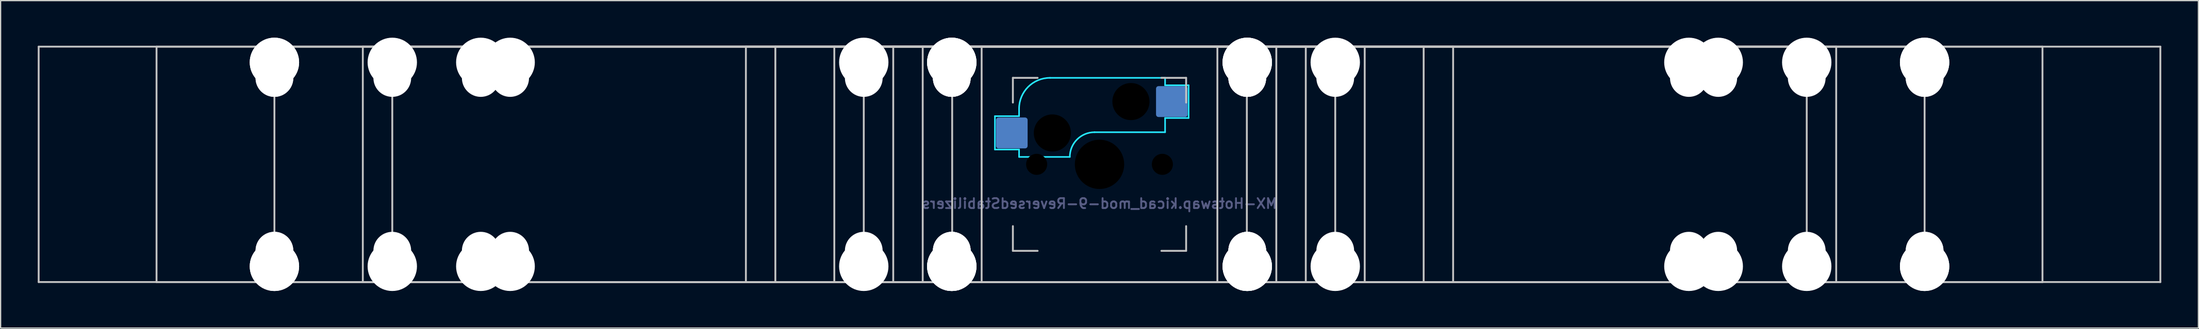
<source format=kicad_pcb>
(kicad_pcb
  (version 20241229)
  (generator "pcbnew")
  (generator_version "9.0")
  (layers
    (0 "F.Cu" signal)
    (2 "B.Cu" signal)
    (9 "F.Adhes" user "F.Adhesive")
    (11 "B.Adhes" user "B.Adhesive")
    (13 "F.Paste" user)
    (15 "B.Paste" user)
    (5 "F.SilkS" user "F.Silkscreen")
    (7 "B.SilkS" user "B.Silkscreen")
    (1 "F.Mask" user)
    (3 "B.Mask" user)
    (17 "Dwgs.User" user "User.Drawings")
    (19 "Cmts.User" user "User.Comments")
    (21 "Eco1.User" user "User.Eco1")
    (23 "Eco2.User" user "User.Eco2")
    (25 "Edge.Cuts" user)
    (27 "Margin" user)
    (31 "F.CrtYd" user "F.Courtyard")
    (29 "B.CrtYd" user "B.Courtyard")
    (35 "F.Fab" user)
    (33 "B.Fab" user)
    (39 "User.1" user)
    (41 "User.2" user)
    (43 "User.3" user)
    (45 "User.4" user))
  (footprint "MX-Hotswap.kicad_mod-9-ReversedStabilizers"
    (layer "F.Cu")
    (at 85.8 10.249)
    (property "Reference" "MX-Hotswap.kicad_mod-9-ReversedStabilizers" (at 0 3.175 0) (layer "B.Fab") (effects (font (size 0.8 0.8) (thickness 0.15)) (justify mirror)))
    (attr smd)
    (fp_line (start -85.725 9.525) (end -85.725 -9.525) (stroke (width 0.15) (type solid)) (layer "Dwgs.User"))
    (fp_line (start -76.2 9.525) (end -76.2 -9.525) (stroke (width 0.15) (type solid)) (layer "Dwgs.User"))
    (fp_line (start -66.675 9.525) (end -66.675 -9.525) (stroke (width 0.15) (type solid)) (layer "Dwgs.User"))
    (fp_line (start -59.531 9.525) (end -59.531 -9.525) (stroke (width 0.15) (type solid)) (layer "Dwgs.User"))
    (fp_line (start -57.15 9.525) (end -57.15 -9.525) (stroke (width 0.15) (type solid)) (layer "Dwgs.User"))
    (fp_line (start -28.575 9.525) (end -28.575 -9.525) (stroke (width 0.15) (type solid)) (layer "Dwgs.User"))
    (fp_line (start -26.194 9.525) (end -26.194 -9.525) (stroke (width 0.15) (type solid)) (layer "Dwgs.User"))
    (fp_line (start -21.431 9.525) (end -21.431 -9.525) (stroke (width 0.15) (type solid)) (layer "Dwgs.User"))
    (fp_line (start -19.05 9.525) (end -19.05 -9.525) (stroke (width 0.15) (type solid)) (layer "Dwgs.User"))
    (fp_line (start -16.669 9.525) (end -16.669 -9.525) (stroke (width 0.15) (type solid)) (layer "Dwgs.User"))
    (fp_line (start -14.287 9.525) (end -14.287 -9.525) (stroke (width 0.15) (type solid)) (layer "Dwgs.User"))
    (fp_line (start -11.906 9.525) (end -11.906 -9.525) (stroke (width 0.15) (type solid)) (layer "Dwgs.User"))
    (fp_line (start -9.525 9.525) (end -9.525 -9.525) (stroke (width 0.15) (type solid)) (layer "Dwgs.User"))
    (fp_line (start -7 -7) (end -7 -5) (stroke (width 0.15) (type solid)) (layer "Dwgs.User"))
    (fp_line (start -7 5) (end -7 7) (stroke (width 0.15) (type solid)) (layer "Dwgs.User"))
    (fp_line (start -7 7) (end -5 7) (stroke (width 0.15) (type solid)) (layer "Dwgs.User"))
    (fp_line (start -5 -7) (end -7 -7) (stroke (width 0.15) (type solid)) (layer "Dwgs.User"))
    (fp_line (start 5 -7) (end 7 -7) (stroke (width 0.15) (type solid)) (layer "Dwgs.User"))
    (fp_line (start 5 7) (end 7 7) (stroke (width 0.15) (type solid)) (layer "Dwgs.User"))
    (fp_line (start 7 -7) (end 7 -5) (stroke (width 0.15) (type solid)) (layer "Dwgs.User"))
    (fp_line (start 7 7) (end 7 5) (stroke (width 0.15) (type solid)) (layer "Dwgs.User"))
    (fp_line (start 9.525 -9.525) (end -9.525 -9.525) (stroke (width 0.15) (type solid)) (layer "Dwgs.User"))
    (fp_line (start 9.525 9.525) (end -9.525 9.525) (stroke (width 0.15) (type solid)) (layer "Dwgs.User"))
    (fp_line (start 9.525 9.525) (end 9.525 -9.525) (stroke (width 0.15) (type solid)) (layer "Dwgs.User"))
    (fp_line (start 11.906 -9.525) (end -11.906 -9.525) (stroke (width 0.15) (type solid)) (layer "Dwgs.User"))
    (fp_line (start 11.906 9.525) (end -11.906 9.525) (stroke (width 0.15) (type solid)) (layer "Dwgs.User"))
    (fp_line (start 11.906 9.525) (end 11.906 -9.525) (stroke (width 0.15) (type solid)) (layer "Dwgs.User"))
    (fp_line (start 14.287 -9.525) (end -14.287 -9.525) (stroke (width 0.15) (type solid)) (layer "Dwgs.User"))
    (fp_line (start 14.287 9.525) (end -14.287 9.525) (stroke (width 0.15) (type solid)) (layer "Dwgs.User"))
    (fp_line (start 14.287 9.525) (end 14.287 -9.525) (stroke (width 0.15) (type solid)) (layer "Dwgs.User"))
    (fp_line (start 16.669 -9.525) (end -16.669 -9.525) (stroke (width 0.15) (type solid)) (layer "Dwgs.User"))
    (fp_line (start 16.669 9.525) (end -16.669 9.525) (stroke (width 0.15) (type solid)) (layer "Dwgs.User"))
    (fp_line (start 16.669 9.525) (end 16.669 -9.525) (stroke (width 0.15) (type solid)) (layer "Dwgs.User"))
    (fp_line (start 19.05 -9.525) (end -19.05 -9.525) (stroke (width 0.15) (type solid)) (layer "Dwgs.User"))
    (fp_line (start 19.05 9.525) (end -19.05 9.525) (stroke (width 0.15) (type solid)) (layer "Dwgs.User"))
    (fp_line (start 19.05 9.525) (end 19.05 -9.525) (stroke (width 0.15) (type solid)) (layer "Dwgs.User"))
    (fp_line (start 21.431 -9.525) (end -21.431 -9.525) (stroke (width 0.15) (type solid)) (layer "Dwgs.User"))
    (fp_line (start 21.431 9.525) (end -21.431 9.525) (stroke (width 0.15) (type solid)) (layer "Dwgs.User"))
    (fp_line (start 21.431 9.525) (end 21.431 -9.525) (stroke (width 0.15) (type solid)) (layer "Dwgs.User"))
    (fp_line (start 26.194 -9.525) (end -26.194 -9.525) (stroke (width 0.15) (type solid)) (layer "Dwgs.User"))
    (fp_line (start 26.194 9.525) (end -26.194 9.525) (stroke (width 0.15) (type solid)) (layer "Dwgs.User"))
    (fp_line (start 26.194 9.525) (end 26.194 -9.525) (stroke (width 0.15) (type solid)) (layer "Dwgs.User"))
    (fp_line (start 28.575 -9.525) (end -28.575 -9.525) (stroke (width 0.15) (type solid)) (layer "Dwgs.User"))
    (fp_line (start 28.575 9.525) (end -28.575 9.525) (stroke (width 0.15) (type solid)) (layer "Dwgs.User"))
    (fp_line (start 28.575 9.525) (end 28.575 -9.525) (stroke (width 0.15) (type solid)) (layer "Dwgs.User"))
    (fp_line (start 57.15 -9.525) (end -57.15 -9.525) (stroke (width 0.15) (type solid)) (layer "Dwgs.User"))
    (fp_line (start 57.15 9.525) (end -57.15 9.525) (stroke (width 0.15) (type solid)) (layer "Dwgs.User"))
    (fp_line (start 57.15 9.525) (end 57.15 -9.525) (stroke (width 0.15) (type solid)) (layer "Dwgs.User"))
    (fp_line (start 59.531 -9.525) (end -59.531 -9.525) (stroke (width 0.15) (type solid)) (layer "Dwgs.User"))
    (fp_line (start 59.531 9.525) (end -59.531 9.525) (stroke (width 0.15) (type solid)) (layer "Dwgs.User"))
    (fp_line (start 59.531 9.525) (end 59.531 -9.525) (stroke (width 0.15) (type solid)) (layer "Dwgs.User"))
    (fp_line (start 66.675 -9.525) (end -66.675 -9.525) (stroke (width 0.15) (type solid)) (layer "Dwgs.User"))
    (fp_line (start 66.675 9.525) (end -66.675 9.525) (stroke (width 0.15) (type solid)) (layer "Dwgs.User"))
    (fp_line (start 66.675 9.525) (end 66.675 -9.525) (stroke (width 0.15) (type solid)) (layer "Dwgs.User"))
    (fp_line (start 76.2 -9.525) (end -76.2 -9.525) (stroke (width 0.15) (type solid)) (layer "Dwgs.User"))
    (fp_line (start 76.2 9.525) (end -76.2 9.525) (stroke (width 0.15) (type solid)) (layer "Dwgs.User"))
    (fp_line (start 76.2 9.525) (end 76.2 -9.525) (stroke (width 0.15) (type solid)) (layer "Dwgs.User"))
    (fp_line (start 85.725 -9.525) (end -85.725 -9.525) (stroke (width 0.15) (type solid)) (layer "Dwgs.User"))
    (fp_line (start 85.725 9.525) (end -85.725 9.525) (stroke (width 0.15) (type solid)) (layer "Dwgs.User"))
    (fp_line (start 85.725 9.525) (end 85.725 -9.525) (stroke (width 0.15) (type solid)) (layer "Dwgs.User"))
    (fp_line (start -8.45 -3.9) (end -8.45 -1.2) (stroke (width 0.127) (type solid)) (layer "B.CrtYd"))
    (fp_line (start -8.45 -1.2) (end -6.5 -1.2) (stroke (width 0.127) (type solid)) (layer "B.CrtYd"))
    (fp_line (start -6.5 -4.5) (end -6.5 -3.9) (stroke (width 0.127) (type solid)) (layer "B.CrtYd"))
    (fp_line (start -6.5 -3.9) (end -8.45 -3.9) (stroke (width 0.127) (type solid)) (layer "B.CrtYd"))
    (fp_line (start -6.5 -0.6) (end -6.5 -1.2) (stroke (width 0.127) (type solid)) (layer "B.CrtYd"))
    (fp_line (start -6.5 -0.6) (end -2.4 -0.6) (stroke (width 0.127) (type solid)) (layer "B.CrtYd"))
    (fp_line (start -0.4 -2.6) (end 5.3 -2.6) (stroke (width 0.127) (type solid)) (layer "B.CrtYd"))
    (fp_line (start 5.3 -7) (end -4 -7) (stroke (width 0.127) (type solid)) (layer "B.CrtYd"))
    (fp_line (start 5.3 -7) (end 5.3 -6.4) (stroke (width 0.127) (type solid)) (layer "B.CrtYd"))
    (fp_line (start 5.3 -6.4) (end 7.2 -6.4) (stroke (width 0.127) (type solid)) (layer "B.CrtYd"))
    (fp_line (start 5.3 -2.6) (end 5.3 -3.75) (stroke (width 0.127) (type solid)) (layer "B.CrtYd"))
    (fp_line (start 7.2 -6.4) (end 7.2 -3.75) (stroke (width 0.127) (type solid)) (layer "B.CrtYd"))
    (fp_line (start 7.2 -3.75) (end 5.3 -3.75) (stroke (width 0.127) (type solid)) (layer "B.CrtYd"))
    (fp_arc (start -6.5 -4.5) (mid -5.767767 -6.267767) (end -4 -7) (stroke (width 0.127) (type solid)) (layer "B.CrtYd"))
    (fp_arc (start -2.4 -0.6) (mid -1.814214 -2.014214) (end -0.4 -2.6) (stroke (width 0.127) (type solid)) (layer "B.CrtYd"))
    (pad "" np_thru_hole circle (at -66.675 -8.255) (size 3.988 3.988) (drill 3.988) (layers "*.Cu" "*.Mask"))
    (pad "" np_thru_hole circle (at -66.675 -8.255) (size 3.988 3.988) (drill 3.988) (layers "*.Cu" "*.Mask"))
    (pad "" np_thru_hole circle (at -66.675 -6.985) (size 3.048 3.048) (drill 3.048) (layers "*.Cu" "*.Mask"))
    (pad "" np_thru_hole circle (at -66.675 -6.985) (size 3.048 3.048) (drill 3.048) (layers "*.Cu" "*.Mask"))
    (pad "" np_thru_hole circle (at -66.675 6.985) (size 3.048 3.048) (drill 3.048) (layers "*.Cu" "*.Mask"))
    (pad "" np_thru_hole circle (at -66.675 6.985) (size 3.048 3.048) (drill 3.048) (layers "*.Cu" "*.Mask"))
    (pad "" np_thru_hole circle (at -66.675 8.255) (size 3.988 3.988) (drill 3.988) (layers "*.Cu" "*.Mask"))
    (pad "" np_thru_hole circle (at -66.675 8.255) (size 3.988 3.988) (drill 3.988) (layers "*.Cu" "*.Mask"))
    (pad "" np_thru_hole circle (at -57.15 -8.255) (size 3.988 3.988) (drill 3.988) (layers "*.Cu" "*.Mask"))
    (pad "" np_thru_hole circle (at -57.15 -6.985) (size 3.048 3.048) (drill 3.048) (layers "*.Cu" "*.Mask"))
    (pad "" np_thru_hole circle (at -57.15 6.985) (size 3.048 3.048) (drill 3.048) (layers "*.Cu" "*.Mask"))
    (pad "" np_thru_hole circle (at -57.15 8.255) (size 3.988 3.988) (drill 3.988) (layers "*.Cu" "*.Mask"))
    (pad "" np_thru_hole circle (at -50 -8.255) (size 3.988 3.988) (drill 3.988) (layers "*.Cu" "*.Mask"))
    (pad "" np_thru_hole circle (at -50 -6.985) (size 3.048 3.048) (drill 3.048) (layers "*.Cu" "*.Mask"))
    (pad "" np_thru_hole circle (at -50 6.985) (size 3.048 3.048) (drill 3.048) (layers "*.Cu" "*.Mask"))
    (pad "" np_thru_hole circle (at -50 8.255) (size 3.988 3.988) (drill 3.988) (layers "*.Cu" "*.Mask"))
    (pad "" np_thru_hole circle (at -47.625 -8.255) (size 3.988 3.988) (drill 3.988) (layers "*.Cu" "*.Mask"))
    (pad "" np_thru_hole circle (at -47.625 -6.985) (size 3.048 3.048) (drill 3.048) (layers "*.Cu" "*.Mask"))
    (pad "" np_thru_hole circle (at -47.625 6.985) (size 3.048 3.048) (drill 3.048) (layers "*.Cu" "*.Mask"))
    (pad "" np_thru_hole circle (at -47.625 8.255) (size 3.988 3.988) (drill 3.988) (layers "*.Cu" "*.Mask"))
    (pad "" np_thru_hole circle (at -19.05 -8.255) (size 3.988 3.988) (drill 3.988) (layers "*.Cu" "*.Mask"))
    (pad "" np_thru_hole circle (at -19.05 -6.985) (size 3.048 3.048) (drill 3.048) (layers "*.Cu" "*.Mask"))
    (pad "" np_thru_hole circle (at -19.05 6.985) (size 3.048 3.048) (drill 3.048) (layers "*.Cu" "*.Mask"))
    (pad "" np_thru_hole circle (at -19.05 8.255) (size 3.988 3.988) (drill 3.988) (layers "*.Cu" "*.Mask"))
    (pad "" np_thru_hole circle (at -11.938 -8.255) (size 3.988 3.988) (drill 3.988) (layers "*.Cu" "*.Mask"))
    (pad "" np_thru_hole circle (at -11.938 -8.255) (size 3.988 3.988) (drill 3.988) (layers "*.Cu" "*.Mask"))
    (pad "" np_thru_hole circle (at -11.938 -8.255) (size 3.988 3.988) (drill 3.988) (layers "*.Cu" "*.Mask"))
    (pad "" np_thru_hole circle (at -11.938 -6.985) (size 3.048 3.048) (drill 3.048) (layers "*.Cu" "*.Mask"))
    (pad "" np_thru_hole circle (at -11.938 -6.985) (size 3.048 3.048) (drill 3.048) (layers "*.Cu" "*.Mask"))
    (pad "" np_thru_hole circle (at -11.938 -6.985) (size 3.048 3.048) (drill 3.048) (layers "*.Cu" "*.Mask"))
    (pad "" np_thru_hole circle (at -11.938 6.985) (size 3.048 3.048) (drill 3.048) (layers "*.Cu" "*.Mask"))
    (pad "" np_thru_hole circle (at -11.938 6.985) (size 3.048 3.048) (drill 3.048) (layers "*.Cu" "*.Mask"))
    (pad "" np_thru_hole circle (at -11.938 6.985) (size 3.048 3.048) (drill 3.048) (layers "*.Cu" "*.Mask"))
    (pad "" np_thru_hole circle (at -11.938 8.255) (size 3.988 3.988) (drill 3.988) (layers "*.Cu" "*.Mask"))
    (pad "" np_thru_hole circle (at -11.938 8.255) (size 3.988 3.988) (drill 3.988) (layers "*.Cu" "*.Mask"))
    (pad "" np_thru_hole circle (at -11.938 8.255) (size 3.988 3.988) (drill 3.988) (layers "*.Cu" "*.Mask"))
    (pad "" np_thru_hole circle (at -5.08 0 48.099) (size 1.702 1.702) (drill 1.702) (layers "*.Mask"))
    (pad "" np_thru_hole circle (at -3.81 -2.54) (size 3 3) (drill 3) (layers "*.Mask"))
    (pad "" np_thru_hole circle (at 0 0) (size 3.988 3.988) (drill 3.988) (layers "*.Mask"))
    (pad "" np_thru_hole circle (at 2.54 -5.08) (size 3 3) (drill 3) (layers "*.Mask"))
    (pad "" np_thru_hole circle (at 5.08 0 48.099) (size 1.702 1.702) (drill 1.702) (layers "*.Mask"))
    (pad "" np_thru_hole circle (at 11.938 -8.255) (size 3.988 3.988) (drill 3.988) (layers "*.Cu" "*.Mask"))
    (pad "" np_thru_hole circle (at 11.938 -8.255) (size 3.988 3.988) (drill 3.988) (layers "*.Cu" "*.Mask"))
    (pad "" np_thru_hole circle (at 11.938 -8.255) (size 3.988 3.988) (drill 3.988) (layers "*.Cu" "*.Mask"))
    (pad "" np_thru_hole circle (at 11.938 -6.985) (size 3.048 3.048) (drill 3.048) (layers "*.Cu" "*.Mask"))
    (pad "" np_thru_hole circle (at 11.938 -6.985) (size 3.048 3.048) (drill 3.048) (layers "*.Cu" "*.Mask"))
    (pad "" np_thru_hole circle (at 11.938 -6.985) (size 3.048 3.048) (drill 3.048) (layers "*.Cu" "*.Mask"))
    (pad "" np_thru_hole circle (at 11.938 6.985) (size 3.048 3.048) (drill 3.048) (layers "*.Cu" "*.Mask"))
    (pad "" np_thru_hole circle (at 11.938 6.985) (size 3.048 3.048) (drill 3.048) (layers "*.Cu" "*.Mask"))
    (pad "" np_thru_hole circle (at 11.938 6.985) (size 3.048 3.048) (drill 3.048) (layers "*.Cu" "*.Mask"))
    (pad "" np_thru_hole circle (at 11.938 8.255) (size 3.988 3.988) (drill 3.988) (layers "*.Cu" "*.Mask"))
    (pad "" np_thru_hole circle (at 11.938 8.255) (size 3.988 3.988) (drill 3.988) (layers "*.Cu" "*.Mask"))
    (pad "" np_thru_hole circle (at 11.938 8.255) (size 3.988 3.988) (drill 3.988) (layers "*.Cu" "*.Mask"))
    (pad "" np_thru_hole circle (at 19.05 -8.255) (size 3.988 3.988) (drill 3.988) (layers "*.Cu" "*.Mask"))
    (pad "" np_thru_hole circle (at 19.05 -6.985) (size 3.048 3.048) (drill 3.048) (layers "*.Cu" "*.Mask"))
    (pad "" np_thru_hole circle (at 19.05 6.985) (size 3.048 3.048) (drill 3.048) (layers "*.Cu" "*.Mask"))
    (pad "" np_thru_hole circle (at 19.05 8.255) (size 3.988 3.988) (drill 3.988) (layers "*.Cu" "*.Mask"))
    (pad "" np_thru_hole circle (at 47.625 -8.255) (size 3.988 3.988) (drill 3.988) (layers "*.Cu" "*.Mask"))
    (pad "" np_thru_hole circle (at 47.625 -6.985) (size 3.048 3.048) (drill 3.048) (layers "*.Cu" "*.Mask"))
    (pad "" np_thru_hole circle (at 47.625 6.985) (size 3.048 3.048) (drill 3.048) (layers "*.Cu" "*.Mask"))
    (pad "" np_thru_hole circle (at 47.625 8.255) (size 3.988 3.988) (drill 3.988) (layers "*.Cu" "*.Mask"))
    (pad "" np_thru_hole circle (at 50 -8.255) (size 3.988 3.988) (drill 3.988) (layers "*.Cu" "*.Mask"))
    (pad "" np_thru_hole circle (at 50 -6.985) (size 3.048 3.048) (drill 3.048) (layers "*.Cu" "*.Mask"))
    (pad "" np_thru_hole circle (at 50 6.985) (size 3.048 3.048) (drill 3.048) (layers "*.Cu" "*.Mask"))
    (pad "" np_thru_hole circle (at 50 8.255) (size 3.988 3.988) (drill 3.988) (layers "*.Cu" "*.Mask"))
    (pad "" np_thru_hole circle (at 57.15 -8.255) (size 3.988 3.988) (drill 3.988) (layers "*.Cu" "*.Mask"))
    (pad "" np_thru_hole circle (at 57.15 -6.985) (size 3.048 3.048) (drill 3.048) (layers "*.Cu" "*.Mask"))
    (pad "" np_thru_hole circle (at 57.15 6.985) (size 3.048 3.048) (drill 3.048) (layers "*.Cu" "*.Mask"))
    (pad "" np_thru_hole circle (at 57.15 8.255) (size 3.988 3.988) (drill 3.988) (layers "*.Cu" "*.Mask"))
    (pad "" np_thru_hole circle (at 66.675 -8.255) (size 3.988 3.988) (drill 3.988) (layers "*.Cu" "*.Mask"))
    (pad "" np_thru_hole circle (at 66.675 -8.255) (size 3.988 3.988) (drill 3.988) (layers "*.Cu" "*.Mask"))
    (pad "" np_thru_hole circle (at 66.675 -6.985) (size 3.048 3.048) (drill 3.048) (layers "*.Cu" "*.Mask"))
    (pad "" np_thru_hole circle (at 66.675 -6.985) (size 3.048 3.048) (drill 3.048) (layers "*.Cu" "*.Mask"))
    (pad "" np_thru_hole circle (at 66.675 6.985) (size 3.048 3.048) (drill 3.048) (layers "*.Cu" "*.Mask"))
    (pad "" np_thru_hole circle (at 66.675 6.985) (size 3.048 3.048) (drill 3.048) (layers "*.Cu" "*.Mask"))
    (pad "" np_thru_hole circle (at 66.675 8.255) (size 3.988 3.988) (drill 3.988) (layers "*.Cu" "*.Mask"))
    (pad "" np_thru_hole circle (at 66.675 8.255) (size 3.988 3.988) (drill 3.988) (layers "*.Cu" "*.Mask"))
    (pad "1" smd roundrect (at -7.085 -2.54) (size 2.55 2.5) (layers "B.Cu" "B.Mask" "B.Paste") (roundrect_rratio 0.08))
    (pad "2" smd roundrect (at 5.842 -5.08) (size 2.55 2.5) (layers "B.Cu" "B.Mask" "B.Paste") (roundrect_rratio 0.08)))
  (gr_rect
    (start -3 -3)
    (end 174.6 23.498)
    (stroke (width 0.1) (type default))
    (fill no)
    (layer "Edge.Cuts")))
</source>
